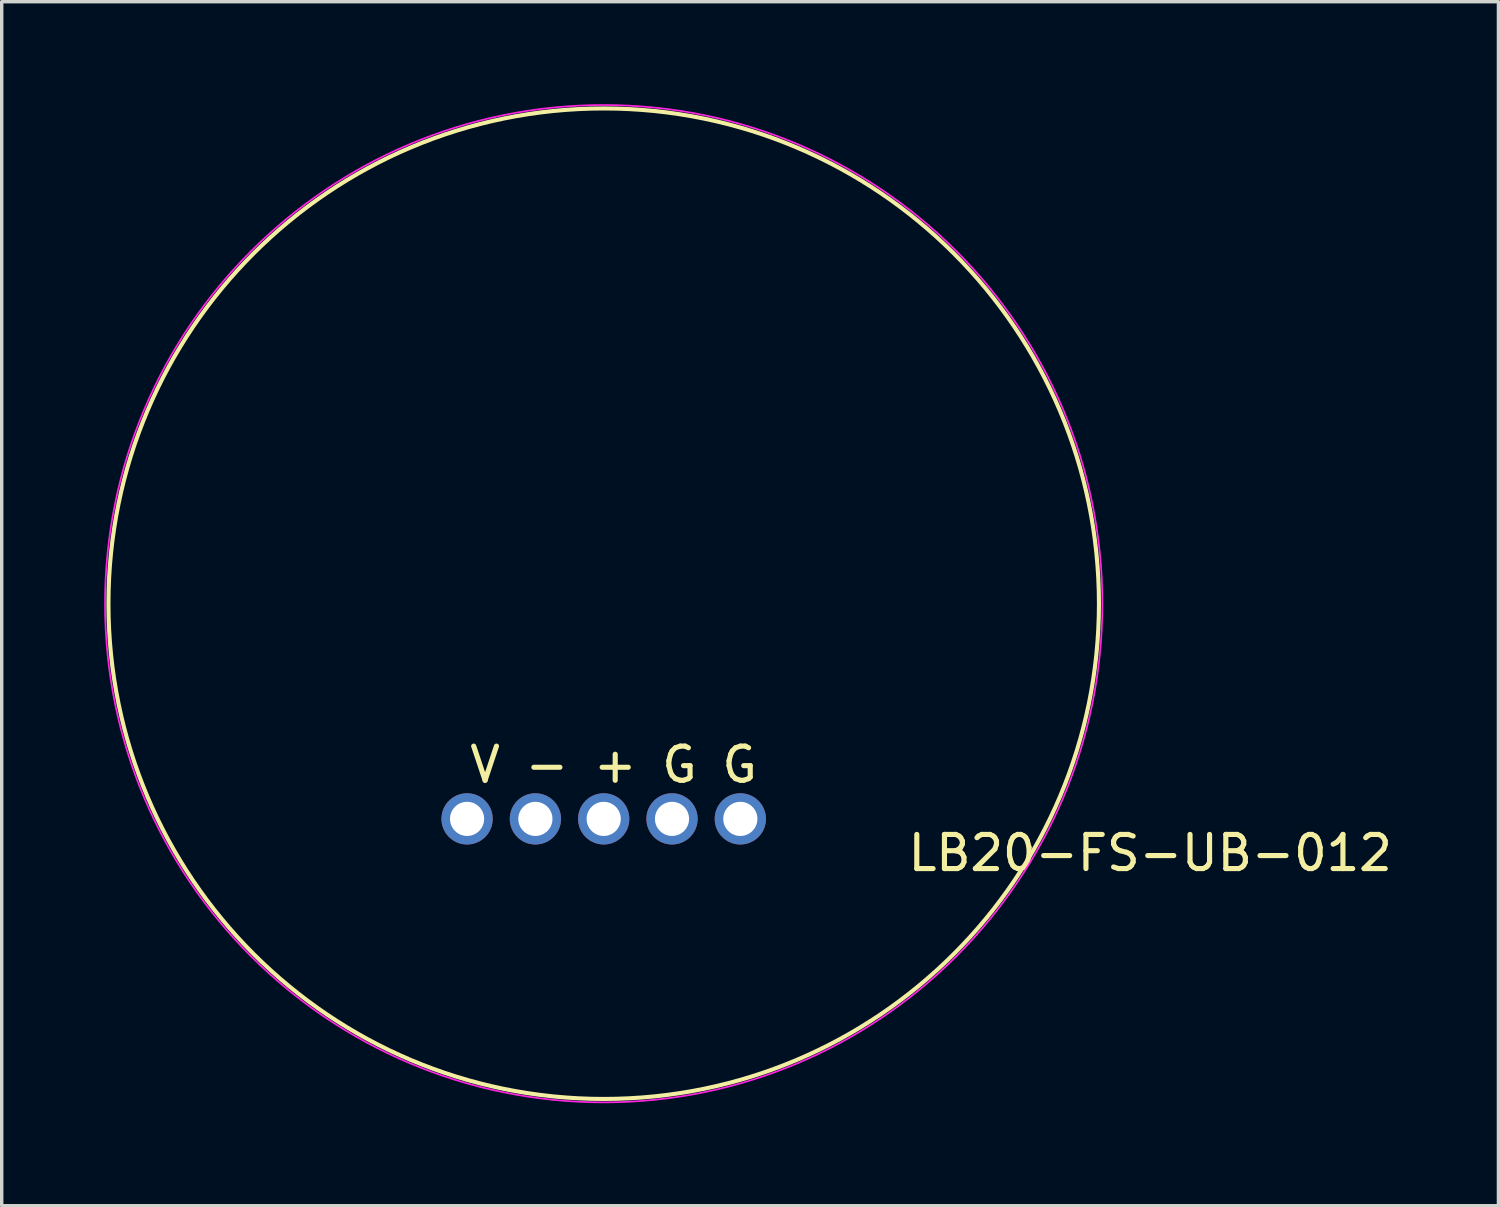
<source format=kicad_pcb>
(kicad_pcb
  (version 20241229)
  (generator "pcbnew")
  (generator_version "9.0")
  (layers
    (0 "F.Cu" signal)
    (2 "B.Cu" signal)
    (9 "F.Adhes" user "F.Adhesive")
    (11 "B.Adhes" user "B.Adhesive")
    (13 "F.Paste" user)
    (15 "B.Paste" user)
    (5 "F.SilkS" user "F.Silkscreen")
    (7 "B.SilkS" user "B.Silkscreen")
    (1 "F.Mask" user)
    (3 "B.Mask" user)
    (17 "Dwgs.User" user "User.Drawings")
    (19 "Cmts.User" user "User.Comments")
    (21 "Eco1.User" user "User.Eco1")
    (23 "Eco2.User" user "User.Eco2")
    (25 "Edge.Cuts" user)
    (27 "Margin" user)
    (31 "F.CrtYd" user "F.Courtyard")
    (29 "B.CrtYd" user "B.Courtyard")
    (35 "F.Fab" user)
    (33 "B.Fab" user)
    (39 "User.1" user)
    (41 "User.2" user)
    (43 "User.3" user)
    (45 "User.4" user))
  (footprint "LB20-FS-UB-012"
    (layer "F.Cu")
    (at 14.625 20.925)
    (property "Reference" "LB20-FS-UB-012" (at 16 1 0) (layer "F.SilkS") (effects (font (size 1 1) (thickness 0.15))))
    (attr through_hole)
    (fp_circle (center 0 -6.3) (end 14.5 -6.3) (stroke (width 0.12) (type default)) (fill no) (layer "F.SilkS"))
    (fp_circle (center 0 -6.3) (end 14.6 -6.3) (stroke (width 0.05) (type default)) (fill no) (layer "F.CrtYd"))
    (fp_text user "V - + G G" (at -4 -1 0) (unlocked yes) (layer "F.SilkS") (effects (font (size 1 1) (thickness 0.15)) (justify left bottom)))
    (pad "1" thru_hole circle (at -4 0) (size 1.5 1.5) (drill 1) (layers "*.Cu" "*.Mask"))
    (pad "2" thru_hole circle (at -2 0) (size 1.5 1.5) (drill 1) (layers "*.Cu" "*.Mask"))
    (pad "3" thru_hole circle (at 0 0) (size 1.5 1.5) (drill 1) (layers "*.Cu" "*.Mask"))
    (pad "4" thru_hole circle (at 2 0) (size 1.5 1.5) (drill 1) (layers "*.Cu" "*.Mask"))
    (pad "5" thru_hole circle (at 4 0) (size 1.5 1.5) (drill 1) (layers "*.Cu" "*.Mask")))
  (gr_rect
    (start -3 -3)
    (end 40.821 32.25)
    (stroke (width 0.1) (type default))
    (fill no)
    (layer "Edge.Cuts")))
</source>
